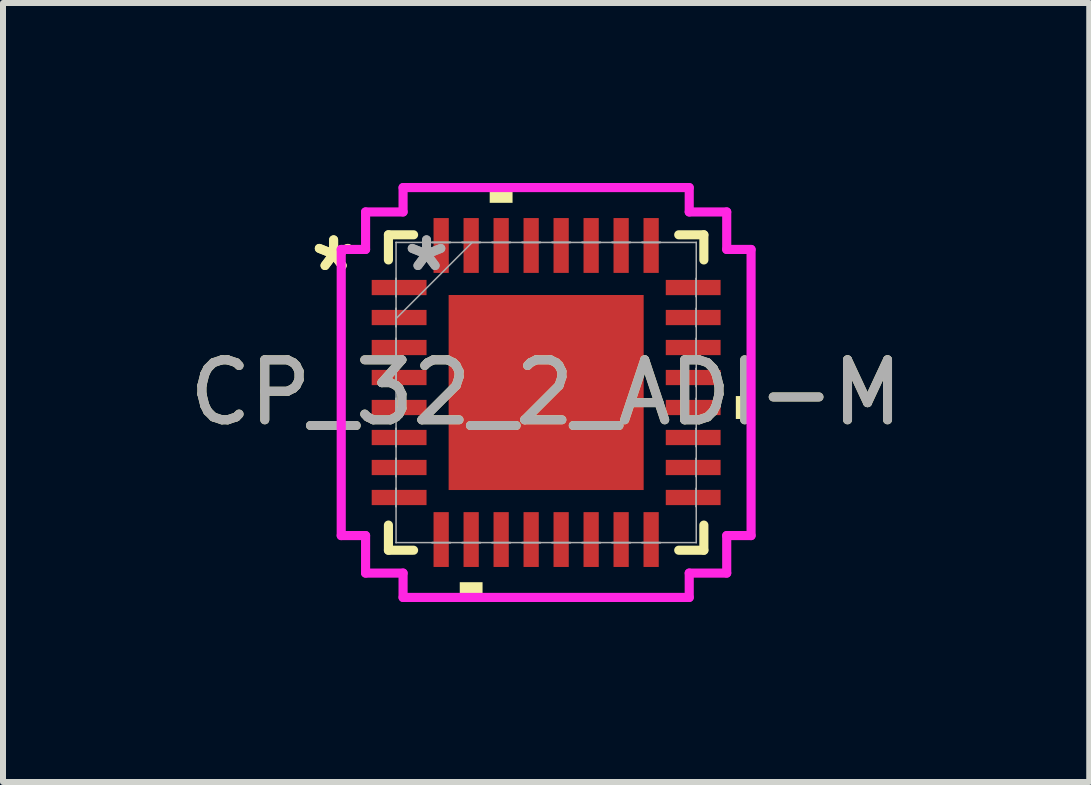
<source format=kicad_pcb>
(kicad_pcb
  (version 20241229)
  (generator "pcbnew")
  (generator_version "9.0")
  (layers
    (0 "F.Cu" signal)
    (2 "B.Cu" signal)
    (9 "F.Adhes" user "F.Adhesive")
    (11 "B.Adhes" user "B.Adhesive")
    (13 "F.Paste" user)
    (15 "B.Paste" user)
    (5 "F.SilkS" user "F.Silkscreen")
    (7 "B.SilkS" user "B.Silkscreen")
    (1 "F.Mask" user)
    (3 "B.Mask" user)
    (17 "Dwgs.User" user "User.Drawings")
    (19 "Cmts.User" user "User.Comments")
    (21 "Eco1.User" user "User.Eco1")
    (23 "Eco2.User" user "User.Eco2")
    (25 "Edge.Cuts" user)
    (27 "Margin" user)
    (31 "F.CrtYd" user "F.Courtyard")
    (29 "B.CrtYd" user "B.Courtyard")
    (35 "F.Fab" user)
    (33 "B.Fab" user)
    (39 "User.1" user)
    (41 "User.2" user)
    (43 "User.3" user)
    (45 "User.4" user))
  (footprint "CP_32_2_ADI-M"
    (layer "F.Cu")
    (at 6.054 3.493)
    (property "Reference" "CP_32_2_ADI-M" (at 0 0 0) (unlocked yes) (layer "F.SilkS") (effects (font (size 1 1) (thickness 0.15))))
    (attr smd)
    (fp_line (start -2.629 -2.629) (end -2.629 -2.21) (stroke (width 0.152) (type solid)) (layer "F.SilkS"))
    (fp_line (start -2.629 2.21) (end -2.629 2.629) (stroke (width 0.152) (type solid)) (layer "F.SilkS"))
    (fp_line (start -2.629 2.629) (end -2.21 2.629) (stroke (width 0.152) (type solid)) (layer "F.SilkS"))
    (fp_line (start -2.21 -2.629) (end -2.629 -2.629) (stroke (width 0.152) (type solid)) (layer "F.SilkS"))
    (fp_line (start 2.21 2.629) (end 2.629 2.629) (stroke (width 0.152) (type solid)) (layer "F.SilkS"))
    (fp_line (start 2.629 -2.629) (end 2.21 -2.629) (stroke (width 0.152) (type solid)) (layer "F.SilkS"))
    (fp_line (start 2.629 -2.21) (end 2.629 -2.629) (stroke (width 0.152) (type solid)) (layer "F.SilkS"))
    (fp_line (start 2.629 2.629) (end 2.629 2.21) (stroke (width 0.152) (type solid)) (layer "F.SilkS"))
    (fp_poly (pts (xy -1.44 3.162) (xy -1.44 3.416) (xy -1.06 3.416) (xy -1.06 3.162)) (stroke (width 0) (type solid)) (fill yes) (layer "F.SilkS"))
    (fp_poly (pts (xy -0.941 -3.162) (xy -0.941 -3.416) (xy -0.56 -3.416) (xy -0.56 -3.162)) (stroke (width 0) (type solid)) (fill yes) (layer "F.SilkS"))
    (fp_poly (pts (xy 3.416 0.059) (xy 3.416 0.441) (xy 3.162 0.441) (xy 3.162 0.059)) (stroke (width 0) (type solid)) (fill yes) (layer "F.SilkS"))
    (fp_poly (pts (xy -1.526 -1.526) (xy -1.526 -0.1) (xy -0.1 -0.1) (xy -0.1 -1.526)) (stroke (width 0) (type solid)) (fill yes) (layer "F.Paste"))
    (fp_poly (pts (xy -1.526 0.1) (xy -1.526 1.526) (xy -0.1 1.526) (xy -0.1 0.1)) (stroke (width 0) (type solid)) (fill yes) (layer "F.Paste"))
    (fp_poly (pts (xy 0.1 -1.526) (xy 0.1 -0.1) (xy 1.526 -0.1) (xy 1.526 -1.526)) (stroke (width 0) (type solid)) (fill yes) (layer "F.Paste"))
    (fp_poly (pts (xy 0.1 0.1) (xy 0.1 1.526) (xy 1.526 1.526) (xy 1.526 0.1)) (stroke (width 0) (type solid)) (fill yes) (layer "F.Paste"))
    (fp_line (start -3.416 -2.385) (end -3.01 -2.385) (stroke (width 0.152) (type solid)) (layer "F.CrtYd"))
    (fp_line (start -3.416 2.385) (end -3.416 -2.385) (stroke (width 0.152) (type solid)) (layer "F.CrtYd"))
    (fp_line (start -3.01 -3.01) (end -2.385 -3.01) (stroke (width 0.152) (type solid)) (layer "F.CrtYd"))
    (fp_line (start -3.01 -2.385) (end -3.01 -3.01) (stroke (width 0.152) (type solid)) (layer "F.CrtYd"))
    (fp_line (start -3.01 2.385) (end -3.416 2.385) (stroke (width 0.152) (type solid)) (layer "F.CrtYd"))
    (fp_line (start -3.01 3.01) (end -3.01 2.385) (stroke (width 0.152) (type solid)) (layer "F.CrtYd"))
    (fp_line (start -2.385 -3.416) (end 2.385 -3.416) (stroke (width 0.152) (type solid)) (layer "F.CrtYd"))
    (fp_line (start -2.385 -3.01) (end -2.385 -3.416) (stroke (width 0.152) (type solid)) (layer "F.CrtYd"))
    (fp_line (start -2.385 3.01) (end -3.01 3.01) (stroke (width 0.152) (type solid)) (layer "F.CrtYd"))
    (fp_line (start -2.385 3.416) (end -2.385 3.01) (stroke (width 0.152) (type solid)) (layer "F.CrtYd"))
    (fp_line (start 2.385 -3.416) (end 2.385 -3.01) (stroke (width 0.152) (type solid)) (layer "F.CrtYd"))
    (fp_line (start 2.385 -3.01) (end 3.01 -3.01) (stroke (width 0.152) (type solid)) (layer "F.CrtYd"))
    (fp_line (start 2.385 3.01) (end 2.385 3.416) (stroke (width 0.152) (type solid)) (layer "F.CrtYd"))
    (fp_line (start 2.385 3.416) (end -2.385 3.416) (stroke (width 0.152) (type solid)) (layer "F.CrtYd"))
    (fp_line (start 3.01 -3.01) (end 3.01 -2.385) (stroke (width 0.152) (type solid)) (layer "F.CrtYd"))
    (fp_line (start 3.01 -2.385) (end 3.416 -2.385) (stroke (width 0.152) (type solid)) (layer "F.CrtYd"))
    (fp_line (start 3.01 2.385) (end 3.01 3.01) (stroke (width 0.152) (type solid)) (layer "F.CrtYd"))
    (fp_line (start 3.01 3.01) (end 2.385 3.01) (stroke (width 0.152) (type solid)) (layer "F.CrtYd"))
    (fp_line (start 3.416 -2.385) (end 3.416 2.385) (stroke (width 0.152) (type solid)) (layer "F.CrtYd"))
    (fp_line (start 3.416 2.385) (end 3.01 2.385) (stroke (width 0.152) (type solid)) (layer "F.CrtYd"))
    (fp_line (start -2.502 -2.502) (end -2.502 -2.502) (stroke (width 0.025) (type solid)) (layer "F.Fab"))
    (fp_line (start -2.502 -2.502) (end -2.502 2.502) (stroke (width 0.025) (type solid)) (layer "F.Fab"))
    (fp_line (start -2.502 -1.902) (end -2.502 -1.902) (stroke (width 0.025) (type solid)) (layer "F.Fab"))
    (fp_line (start -2.502 -1.902) (end -2.502 -1.598) (stroke (width 0.025) (type solid)) (layer "F.Fab"))
    (fp_line (start -2.502 -1.598) (end -2.502 -1.902) (stroke (width 0.025) (type solid)) (layer "F.Fab"))
    (fp_line (start -2.502 -1.598) (end -2.502 -1.598) (stroke (width 0.025) (type solid)) (layer "F.Fab"))
    (fp_line (start -2.502 -1.402) (end -2.502 -1.402) (stroke (width 0.025) (type solid)) (layer "F.Fab"))
    (fp_line (start -2.502 -1.402) (end -2.502 -1.098) (stroke (width 0.025) (type solid)) (layer "F.Fab"))
    (fp_line (start -2.502 -1.232) (end -1.232 -2.502) (stroke (width 0.025) (type solid)) (layer "F.Fab"))
    (fp_line (start -2.502 -1.098) (end -2.502 -1.402) (stroke (width 0.025) (type solid)) (layer "F.Fab"))
    (fp_line (start -2.502 -1.098) (end -2.502 -1.098) (stroke (width 0.025) (type solid)) (layer "F.Fab"))
    (fp_line (start -2.502 -0.902) (end -2.502 -0.902) (stroke (width 0.025) (type solid)) (layer "F.Fab"))
    (fp_line (start -2.502 -0.902) (end -2.502 -0.598) (stroke (width 0.025) (type solid)) (layer "F.Fab"))
    (fp_line (start -2.502 -0.598) (end -2.502 -0.902) (stroke (width 0.025) (type solid)) (layer "F.Fab"))
    (fp_line (start -2.502 -0.598) (end -2.502 -0.598) (stroke (width 0.025) (type solid)) (layer "F.Fab"))
    (fp_line (start -2.502 -0.402) (end -2.502 -0.402) (stroke (width 0.025) (type solid)) (layer "F.Fab"))
    (fp_line (start -2.502 -0.402) (end -2.502 -0.098) (stroke (width 0.025) (type solid)) (layer "F.Fab"))
    (fp_line (start -2.502 -0.098) (end -2.502 -0.402) (stroke (width 0.025) (type solid)) (layer "F.Fab"))
    (fp_line (start -2.502 -0.098) (end -2.502 -0.098) (stroke (width 0.025) (type solid)) (layer "F.Fab"))
    (fp_line (start -2.502 0.098) (end -2.502 0.098) (stroke (width 0.025) (type solid)) (layer "F.Fab"))
    (fp_line (start -2.502 0.098) (end -2.502 0.402) (stroke (width 0.025) (type solid)) (layer "F.Fab"))
    (fp_line (start -2.502 0.402) (end -2.502 0.098) (stroke (width 0.025) (type solid)) (layer "F.Fab"))
    (fp_line (start -2.502 0.402) (end -2.502 0.402) (stroke (width 0.025) (type solid)) (layer "F.Fab"))
    (fp_line (start -2.502 0.598) (end -2.502 0.598) (stroke (width 0.025) (type solid)) (layer "F.Fab"))
    (fp_line (start -2.502 0.598) (end -2.502 0.902) (stroke (width 0.025) (type solid)) (layer "F.Fab"))
    (fp_line (start -2.502 0.902) (end -2.502 0.598) (stroke (width 0.025) (type solid)) (layer "F.Fab"))
    (fp_line (start -2.502 0.902) (end -2.502 0.902) (stroke (width 0.025) (type solid)) (layer "F.Fab"))
    (fp_line (start -2.502 1.098) (end -2.502 1.098) (stroke (width 0.025) (type solid)) (layer "F.Fab"))
    (fp_line (start -2.502 1.098) (end -2.502 1.402) (stroke (width 0.025) (type solid)) (layer "F.Fab"))
    (fp_line (start -2.502 1.402) (end -2.502 1.098) (stroke (width 0.025) (type solid)) (layer "F.Fab"))
    (fp_line (start -2.502 1.402) (end -2.502 1.402) (stroke (width 0.025) (type solid)) (layer "F.Fab"))
    (fp_line (start -2.502 1.598) (end -2.502 1.598) (stroke (width 0.025) (type solid)) (layer "F.Fab"))
    (fp_line (start -2.502 1.598) (end -2.502 1.902) (stroke (width 0.025) (type solid)) (layer "F.Fab"))
    (fp_line (start -2.502 1.902) (end -2.502 1.598) (stroke (width 0.025) (type solid)) (layer "F.Fab"))
    (fp_line (start -2.502 1.902) (end -2.502 1.902) (stroke (width 0.025) (type solid)) (layer "F.Fab"))
    (fp_line (start -2.502 2.502) (end -2.502 2.502) (stroke (width 0.025) (type solid)) (layer "F.Fab"))
    (fp_line (start -2.502 2.502) (end 2.502 2.502) (stroke (width 0.025) (type solid)) (layer "F.Fab"))
    (fp_line (start -1.902 -2.502) (end -1.902 -2.502) (stroke (width 0.025) (type solid)) (layer "F.Fab"))
    (fp_line (start -1.902 -2.502) (end -1.598 -2.502) (stroke (width 0.025) (type solid)) (layer "F.Fab"))
    (fp_line (start -1.902 2.502) (end -1.902 2.502) (stroke (width 0.025) (type solid)) (layer "F.Fab"))
    (fp_line (start -1.902 2.502) (end -1.598 2.502) (stroke (width 0.025) (type solid)) (layer "F.Fab"))
    (fp_line (start -1.598 -2.502) (end -1.902 -2.502) (stroke (width 0.025) (type solid)) (layer "F.Fab"))
    (fp_line (start -1.598 -2.502) (end -1.598 -2.502) (stroke (width 0.025) (type solid)) (layer "F.Fab"))
    (fp_line (start -1.598 2.502) (end -1.902 2.502) (stroke (width 0.025) (type solid)) (layer "F.Fab"))
    (fp_line (start -1.598 2.502) (end -1.598 2.502) (stroke (width 0.025) (type solid)) (layer "F.Fab"))
    (fp_line (start -1.402 -2.502) (end -1.402 -2.502) (stroke (width 0.025) (type solid)) (layer "F.Fab"))
    (fp_line (start -1.402 -2.502) (end -1.098 -2.502) (stroke (width 0.025) (type solid)) (layer "F.Fab"))
    (fp_line (start -1.402 2.502) (end -1.402 2.502) (stroke (width 0.025) (type solid)) (layer "F.Fab"))
    (fp_line (start -1.402 2.502) (end -1.098 2.502) (stroke (width 0.025) (type solid)) (layer "F.Fab"))
    (fp_line (start -1.098 -2.502) (end -1.402 -2.502) (stroke (width 0.025) (type solid)) (layer "F.Fab"))
    (fp_line (start -1.098 -2.502) (end -1.098 -2.502) (stroke (width 0.025) (type solid)) (layer "F.Fab"))
    (fp_line (start -1.098 2.502) (end -1.402 2.502) (stroke (width 0.025) (type solid)) (layer "F.Fab"))
    (fp_line (start -1.098 2.502) (end -1.098 2.502) (stroke (width 0.025) (type solid)) (layer "F.Fab"))
    (fp_line (start -0.902 -2.502) (end -0.902 -2.502) (stroke (width 0.025) (type solid)) (layer "F.Fab"))
    (fp_line (start -0.902 -2.502) (end -0.598 -2.502) (stroke (width 0.025) (type solid)) (layer "F.Fab"))
    (fp_line (start -0.902 2.502) (end -0.902 2.502) (stroke (width 0.025) (type solid)) (layer "F.Fab"))
    (fp_line (start -0.902 2.502) (end -0.598 2.502) (stroke (width 0.025) (type solid)) (layer "F.Fab"))
    (fp_line (start -0.598 -2.502) (end -0.902 -2.502) (stroke (width 0.025) (type solid)) (layer "F.Fab"))
    (fp_line (start -0.598 -2.502) (end -0.598 -2.502) (stroke (width 0.025) (type solid)) (layer "F.Fab"))
    (fp_line (start -0.598 2.502) (end -0.902 2.502) (stroke (width 0.025) (type solid)) (layer "F.Fab"))
    (fp_line (start -0.598 2.502) (end -0.598 2.502) (stroke (width 0.025) (type solid)) (layer "F.Fab"))
    (fp_line (start -0.402 -2.502) (end -0.402 -2.502) (stroke (width 0.025) (type solid)) (layer "F.Fab"))
    (fp_line (start -0.402 -2.502) (end -0.098 -2.502) (stroke (width 0.025) (type solid)) (layer "F.Fab"))
    (fp_line (start -0.402 2.502) (end -0.402 2.502) (stroke (width 0.025) (type solid)) (layer "F.Fab"))
    (fp_line (start -0.402 2.502) (end -0.098 2.502) (stroke (width 0.025) (type solid)) (layer "F.Fab"))
    (fp_line (start -0.098 -2.502) (end -0.402 -2.502) (stroke (width 0.025) (type solid)) (layer "F.Fab"))
    (fp_line (start -0.098 -2.502) (end -0.098 -2.502) (stroke (width 0.025) (type solid)) (layer "F.Fab"))
    (fp_line (start -0.098 2.502) (end -0.402 2.502) (stroke (width 0.025) (type solid)) (layer "F.Fab"))
    (fp_line (start -0.098 2.502) (end -0.098 2.502) (stroke (width 0.025) (type solid)) (layer "F.Fab"))
    (fp_line (start 0.098 -2.502) (end 0.098 -2.502) (stroke (width 0.025) (type solid)) (layer "F.Fab"))
    (fp_line (start 0.098 -2.502) (end 0.402 -2.502) (stroke (width 0.025) (type solid)) (layer "F.Fab"))
    (fp_line (start 0.098 2.502) (end 0.098 2.502) (stroke (width 0.025) (type solid)) (layer "F.Fab"))
    (fp_line (start 0.098 2.502) (end 0.402 2.502) (stroke (width 0.025) (type solid)) (layer "F.Fab"))
    (fp_line (start 0.402 -2.502) (end 0.098 -2.502) (stroke (width 0.025) (type solid)) (layer "F.Fab"))
    (fp_line (start 0.402 -2.502) (end 0.402 -2.502) (stroke (width 0.025) (type solid)) (layer "F.Fab"))
    (fp_line (start 0.402 2.502) (end 0.098 2.502) (stroke (width 0.025) (type solid)) (layer "F.Fab"))
    (fp_line (start 0.402 2.502) (end 0.402 2.502) (stroke (width 0.025) (type solid)) (layer "F.Fab"))
    (fp_line (start 0.598 -2.502) (end 0.598 -2.502) (stroke (width 0.025) (type solid)) (layer "F.Fab"))
    (fp_line (start 0.598 -2.502) (end 0.902 -2.502) (stroke (width 0.025) (type solid)) (layer "F.Fab"))
    (fp_line (start 0.598 2.502) (end 0.598 2.502) (stroke (width 0.025) (type solid)) (layer "F.Fab"))
    (fp_line (start 0.598 2.502) (end 0.902 2.502) (stroke (width 0.025) (type solid)) (layer "F.Fab"))
    (fp_line (start 0.902 -2.502) (end 0.598 -2.502) (stroke (width 0.025) (type solid)) (layer "F.Fab"))
    (fp_line (start 0.902 -2.502) (end 0.902 -2.502) (stroke (width 0.025) (type solid)) (layer "F.Fab"))
    (fp_line (start 0.902 2.502) (end 0.598 2.502) (stroke (width 0.025) (type solid)) (layer "F.Fab"))
    (fp_line (start 0.902 2.502) (end 0.902 2.502) (stroke (width 0.025) (type solid)) (layer "F.Fab"))
    (fp_line (start 1.098 -2.502) (end 1.098 -2.502) (stroke (width 0.025) (type solid)) (layer "F.Fab"))
    (fp_line (start 1.098 -2.502) (end 1.402 -2.502) (stroke (width 0.025) (type solid)) (layer "F.Fab"))
    (fp_line (start 1.098 2.502) (end 1.098 2.502) (stroke (width 0.025) (type solid)) (layer "F.Fab"))
    (fp_line (start 1.098 2.502) (end 1.402 2.502) (stroke (width 0.025) (type solid)) (layer "F.Fab"))
    (fp_line (start 1.402 -2.502) (end 1.098 -2.502) (stroke (width 0.025) (type solid)) (layer "F.Fab"))
    (fp_line (start 1.402 -2.502) (end 1.402 -2.502) (stroke (width 0.025) (type solid)) (layer "F.Fab"))
    (fp_line (start 1.402 2.502) (end 1.098 2.502) (stroke (width 0.025) (type solid)) (layer "F.Fab"))
    (fp_line (start 1.402 2.502) (end 1.402 2.502) (stroke (width 0.025) (type solid)) (layer "F.Fab"))
    (fp_line (start 1.598 -2.502) (end 1.598 -2.502) (stroke (width 0.025) (type solid)) (layer "F.Fab"))
    (fp_line (start 1.598 -2.502) (end 1.902 -2.502) (stroke (width 0.025) (type solid)) (layer "F.Fab"))
    (fp_line (start 1.598 2.502) (end 1.598 2.502) (stroke (width 0.025) (type solid)) (layer "F.Fab"))
    (fp_line (start 1.598 2.502) (end 1.902 2.502) (stroke (width 0.025) (type solid)) (layer "F.Fab"))
    (fp_line (start 1.902 -2.502) (end 1.598 -2.502) (stroke (width 0.025) (type solid)) (layer "F.Fab"))
    (fp_line (start 1.902 -2.502) (end 1.902 -2.502) (stroke (width 0.025) (type solid)) (layer "F.Fab"))
    (fp_line (start 1.902 2.502) (end 1.598 2.502) (stroke (width 0.025) (type solid)) (layer "F.Fab"))
    (fp_line (start 1.902 2.502) (end 1.902 2.502) (stroke (width 0.025) (type solid)) (layer "F.Fab"))
    (fp_line (start 2.502 -2.502) (end -2.502 -2.502) (stroke (width 0.025) (type solid)) (layer "F.Fab"))
    (fp_line (start 2.502 -2.502) (end 2.502 -2.502) (stroke (width 0.025) (type solid)) (layer "F.Fab"))
    (fp_line (start 2.502 -1.902) (end 2.502 -1.902) (stroke (width 0.025) (type solid)) (layer "F.Fab"))
    (fp_line (start 2.502 -1.902) (end 2.502 -1.598) (stroke (width 0.025) (type solid)) (layer "F.Fab"))
    (fp_line (start 2.502 -1.598) (end 2.502 -1.902) (stroke (width 0.025) (type solid)) (layer "F.Fab"))
    (fp_line (start 2.502 -1.598) (end 2.502 -1.598) (stroke (width 0.025) (type solid)) (layer "F.Fab"))
    (fp_line (start 2.502 -1.402) (end 2.502 -1.402) (stroke (width 0.025) (type solid)) (layer "F.Fab"))
    (fp_line (start 2.502 -1.402) (end 2.502 -1.098) (stroke (width 0.025) (type solid)) (layer "F.Fab"))
    (fp_line (start 2.502 -1.098) (end 2.502 -1.402) (stroke (width 0.025) (type solid)) (layer "F.Fab"))
    (fp_line (start 2.502 -1.098) (end 2.502 -1.098) (stroke (width 0.025) (type solid)) (layer "F.Fab"))
    (fp_line (start 2.502 -0.902) (end 2.502 -0.902) (stroke (width 0.025) (type solid)) (layer "F.Fab"))
    (fp_line (start 2.502 -0.902) (end 2.502 -0.598) (stroke (width 0.025) (type solid)) (layer "F.Fab"))
    (fp_line (start 2.502 -0.598) (end 2.502 -0.902) (stroke (width 0.025) (type solid)) (layer "F.Fab"))
    (fp_line (start 2.502 -0.598) (end 2.502 -0.598) (stroke (width 0.025) (type solid)) (layer "F.Fab"))
    (fp_line (start 2.502 -0.402) (end 2.502 -0.402) (stroke (width 0.025) (type solid)) (layer "F.Fab"))
    (fp_line (start 2.502 -0.402) (end 2.502 -0.098) (stroke (width 0.025) (type solid)) (layer "F.Fab"))
    (fp_line (start 2.502 -0.098) (end 2.502 -0.402) (stroke (width 0.025) (type solid)) (layer "F.Fab"))
    (fp_line (start 2.502 -0.098) (end 2.502 -0.098) (stroke (width 0.025) (type solid)) (layer "F.Fab"))
    (fp_line (start 2.502 0.098) (end 2.502 0.098) (stroke (width 0.025) (type solid)) (layer "F.Fab"))
    (fp_line (start 2.502 0.098) (end 2.502 0.402) (stroke (width 0.025) (type solid)) (layer "F.Fab"))
    (fp_line (start 2.502 0.402) (end 2.502 0.098) (stroke (width 0.025) (type solid)) (layer "F.Fab"))
    (fp_line (start 2.502 0.402) (end 2.502 0.402) (stroke (width 0.025) (type solid)) (layer "F.Fab"))
    (fp_line (start 2.502 0.598) (end 2.502 0.598) (stroke (width 0.025) (type solid)) (layer "F.Fab"))
    (fp_line (start 2.502 0.598) (end 2.502 0.902) (stroke (width 0.025) (type solid)) (layer "F.Fab"))
    (fp_line (start 2.502 0.902) (end 2.502 0.598) (stroke (width 0.025) (type solid)) (layer "F.Fab"))
    (fp_line (start 2.502 0.902) (end 2.502 0.902) (stroke (width 0.025) (type solid)) (layer "F.Fab"))
    (fp_line (start 2.502 1.098) (end 2.502 1.098) (stroke (width 0.025) (type solid)) (layer "F.Fab"))
    (fp_line (start 2.502 1.098) (end 2.502 1.402) (stroke (width 0.025) (type solid)) (layer "F.Fab"))
    (fp_line (start 2.502 1.402) (end 2.502 1.098) (stroke (width 0.025) (type solid)) (layer "F.Fab"))
    (fp_line (start 2.502 1.402) (end 2.502 1.402) (stroke (width 0.025) (type solid)) (layer "F.Fab"))
    (fp_line (start 2.502 1.598) (end 2.502 1.598) (stroke (width 0.025) (type solid)) (layer "F.Fab"))
    (fp_line (start 2.502 1.598) (end 2.502 1.902) (stroke (width 0.025) (type solid)) (layer "F.Fab"))
    (fp_line (start 2.502 1.902) (end 2.502 1.598) (stroke (width 0.025) (type solid)) (layer "F.Fab"))
    (fp_line (start 2.502 1.902) (end 2.502 1.902) (stroke (width 0.025) (type solid)) (layer "F.Fab"))
    (fp_line (start 2.502 2.502) (end 2.502 -2.502) (stroke (width 0.025) (type solid)) (layer "F.Fab"))
    (fp_line (start 2.502 2.502) (end 2.502 2.502) (stroke (width 0.025) (type solid)) (layer "F.Fab"))
    (fp_text user "*" (at -3.543 -2 0) (layer "F.SilkS") (effects (font (size 1 1) (thickness 0.15))))
    (fp_text user "*" (at -3.543 -2 0) (unlocked yes) (layer "F.SilkS") (effects (font (size 1 1) (thickness 0.15))))
    (fp_text user "${REFERENCE}" (at 0 0 0) (unlocked yes) (layer "F.Fab") (effects (font (size 1 1) (thickness 0.15))))
    (fp_text user "*" (at -1.994 -2 0) (layer "F.Fab") (effects (font (size 1 1) (thickness 0.15))))
    (fp_text user "*" (at -1.994 -2 0) (unlocked yes) (layer "F.Fab") (effects (font (size 1 1) (thickness 0.15))))
    (pad "1" smd rect (at -2.451 -1.75 90) (size 0.254 0.914) (layers "F.Cu" "F.Mask" "F.Paste"))
    (pad "2" smd rect (at -2.451 -1.25 90) (size 0.254 0.914) (layers "F.Cu" "F.Mask" "F.Paste"))
    (pad "3" smd rect (at -2.451 -0.75 90) (size 0.254 0.914) (layers "F.Cu" "F.Mask" "F.Paste"))
    (pad "4" smd rect (at -2.451 -0.25 90) (size 0.254 0.914) (layers "F.Cu" "F.Mask" "F.Paste"))
    (pad "5" smd rect (at -2.451 0.25 90) (size 0.254 0.914) (layers "F.Cu" "F.Mask" "F.Paste"))
    (pad "6" smd rect (at -2.451 0.75 90) (size 0.254 0.914) (layers "F.Cu" "F.Mask" "F.Paste"))
    (pad "7" smd rect (at -2.451 1.25 90) (size 0.254 0.914) (layers "F.Cu" "F.Mask" "F.Paste"))
    (pad "8" smd rect (at -2.451 1.75 90) (size 0.254 0.914) (layers "F.Cu" "F.Mask" "F.Paste"))
    (pad "9" smd rect (at -1.75 2.451) (size 0.254 0.914) (layers "F.Cu" "F.Mask" "F.Paste"))
    (pad "10" smd rect (at -1.25 2.451) (size 0.254 0.914) (layers "F.Cu" "F.Mask" "F.Paste"))
    (pad "11" smd rect (at -0.75 2.451) (size 0.254 0.914) (layers "F.Cu" "F.Mask" "F.Paste"))
    (pad "12" smd rect (at -0.25 2.451) (size 0.254 0.914) (layers "F.Cu" "F.Mask" "F.Paste"))
    (pad "13" smd rect (at 0.25 2.451) (size 0.254 0.914) (layers "F.Cu" "F.Mask" "F.Paste"))
    (pad "14" smd rect (at 0.75 2.451) (size 0.254 0.914) (layers "F.Cu" "F.Mask" "F.Paste"))
    (pad "15" smd rect (at 1.25 2.451) (size 0.254 0.914) (layers "F.Cu" "F.Mask" "F.Paste"))
    (pad "16" smd rect (at 1.75 2.451) (size 0.254 0.914) (layers "F.Cu" "F.Mask" "F.Paste"))
    (pad "17" smd rect (at 2.451 1.75 90) (size 0.254 0.914) (layers "F.Cu" "F.Mask" "F.Paste"))
    (pad "18" smd rect (at 2.451 1.25 90) (size 0.254 0.914) (layers "F.Cu" "F.Mask" "F.Paste"))
    (pad "19" smd rect (at 2.451 0.75 90) (size 0.254 0.914) (layers "F.Cu" "F.Mask" "F.Paste"))
    (pad "20" smd rect (at 2.451 0.25 90) (size 0.254 0.914) (layers "F.Cu" "F.Mask" "F.Paste"))
    (pad "21" smd rect (at 2.451 -0.25 90) (size 0.254 0.914) (layers "F.Cu" "F.Mask" "F.Paste"))
    (pad "22" smd rect (at 2.451 -0.75 90) (size 0.254 0.914) (layers "F.Cu" "F.Mask" "F.Paste"))
    (pad "23" smd rect (at 2.451 -1.25 90) (size 0.254 0.914) (layers "F.Cu" "F.Mask" "F.Paste"))
    (pad "24" smd rect (at 2.451 -1.75 90) (size 0.254 0.914) (layers "F.Cu" "F.Mask" "F.Paste"))
    (pad "25" smd rect (at 1.75 -2.451) (size 0.254 0.914) (layers "F.Cu" "F.Mask" "F.Paste"))
    (pad "26" smd rect (at 1.25 -2.451) (size 0.254 0.914) (layers "F.Cu" "F.Mask" "F.Paste"))
    (pad "27" smd rect (at 0.75 -2.451) (size 0.254 0.914) (layers "F.Cu" "F.Mask" "F.Paste"))
    (pad "28" smd rect (at 0.25 -2.451) (size 0.254 0.914) (layers "F.Cu" "F.Mask" "F.Paste"))
    (pad "29" smd rect (at -0.25 -2.451) (size 0.254 0.914) (layers "F.Cu" "F.Mask" "F.Paste"))
    (pad "30" smd rect (at -0.75 -2.451) (size 0.254 0.914) (layers "F.Cu" "F.Mask" "F.Paste"))
    (pad "31" smd rect (at -1.25 -2.451) (size 0.254 0.914) (layers "F.Cu" "F.Mask" "F.Paste"))
    (pad "32" smd rect (at -1.75 -2.451) (size 0.254 0.914) (layers "F.Cu" "F.Mask" "F.Paste"))
    (pad "33" smd rect (at 0 0) (size 3.251 3.251) (layers "F.Cu" "F.Mask")))
  (gr_rect
    (start -3 -3)
    (end 15.107 9.985)
    (stroke (width 0.1) (type default))
    (fill no)
    (layer "Edge.Cuts")))
</source>
